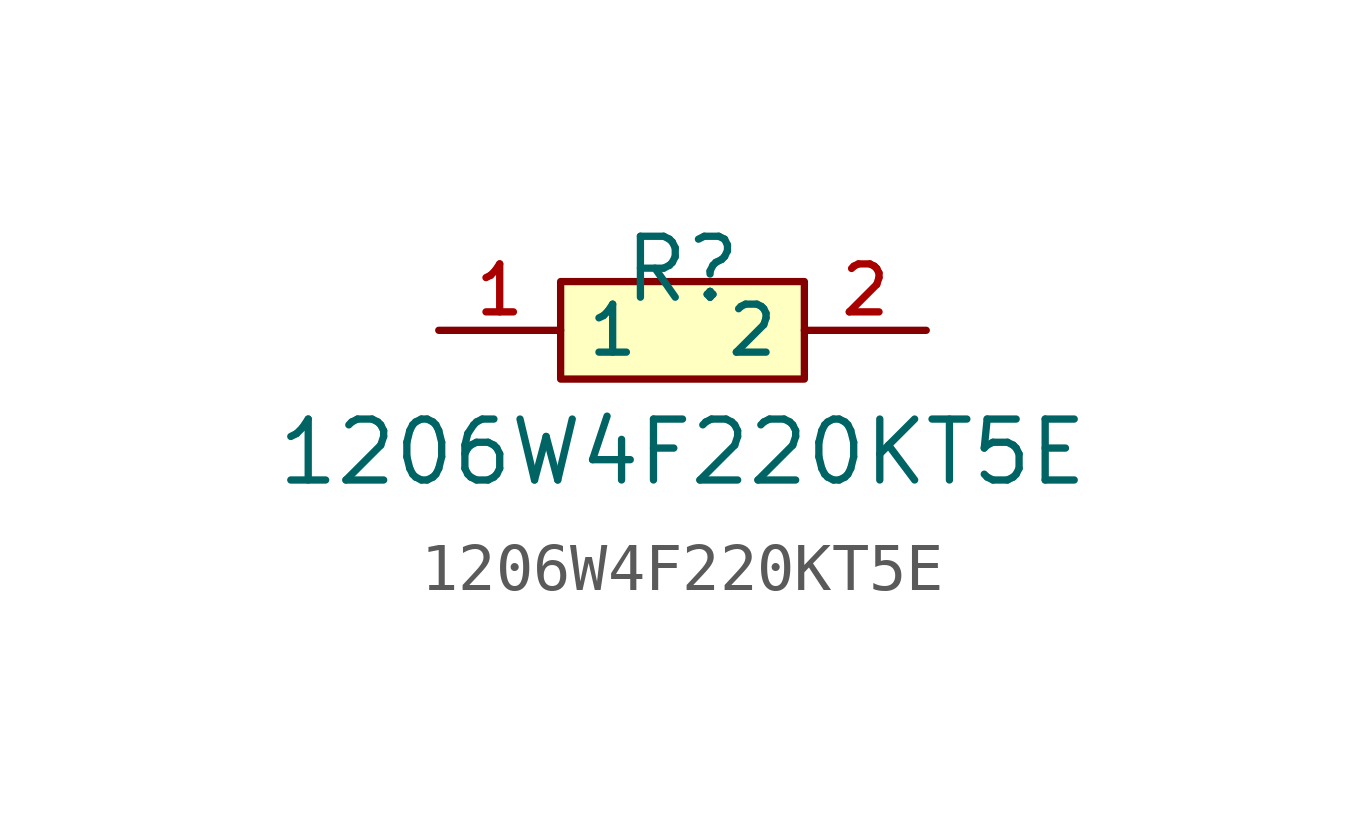
<source format=kicad_sym>
(kicad_symbol_lib
  (version 20210201)
  (generator TousstNicolas/JLC2KiCad_lib)
  (symbol "1206W4F220KT5E"
    (property "Reference" "R"
      (at 0 1.27 0)
      (effects (font (size 1.27 1.27))))
    (property "Value" "1206W4F220KT5E"
      (at 0 -2.54 0)
      (effects (font (size 1.27 1.27))))
    (symbol "1206W4F220KT5E_0_1"
      (pin input line (at 5.08 -0.0 180) (length 2.54) (name "2" (effects (font (size 1 1)))) (number "2" (effects (font (size 1 1)))))
      (pin input line (at -5.08 -0.0 0) (length 2.54) (name "1" (effects (font (size 1 1)))) (number "1" (effects (font (size 1 1)))))
      (rectangle (start -2.54 1.016) (end 2.54 -1.016) (stroke (width 0) (type default) (color 0 0 0 0)) (fill (type background))))))
</source>
